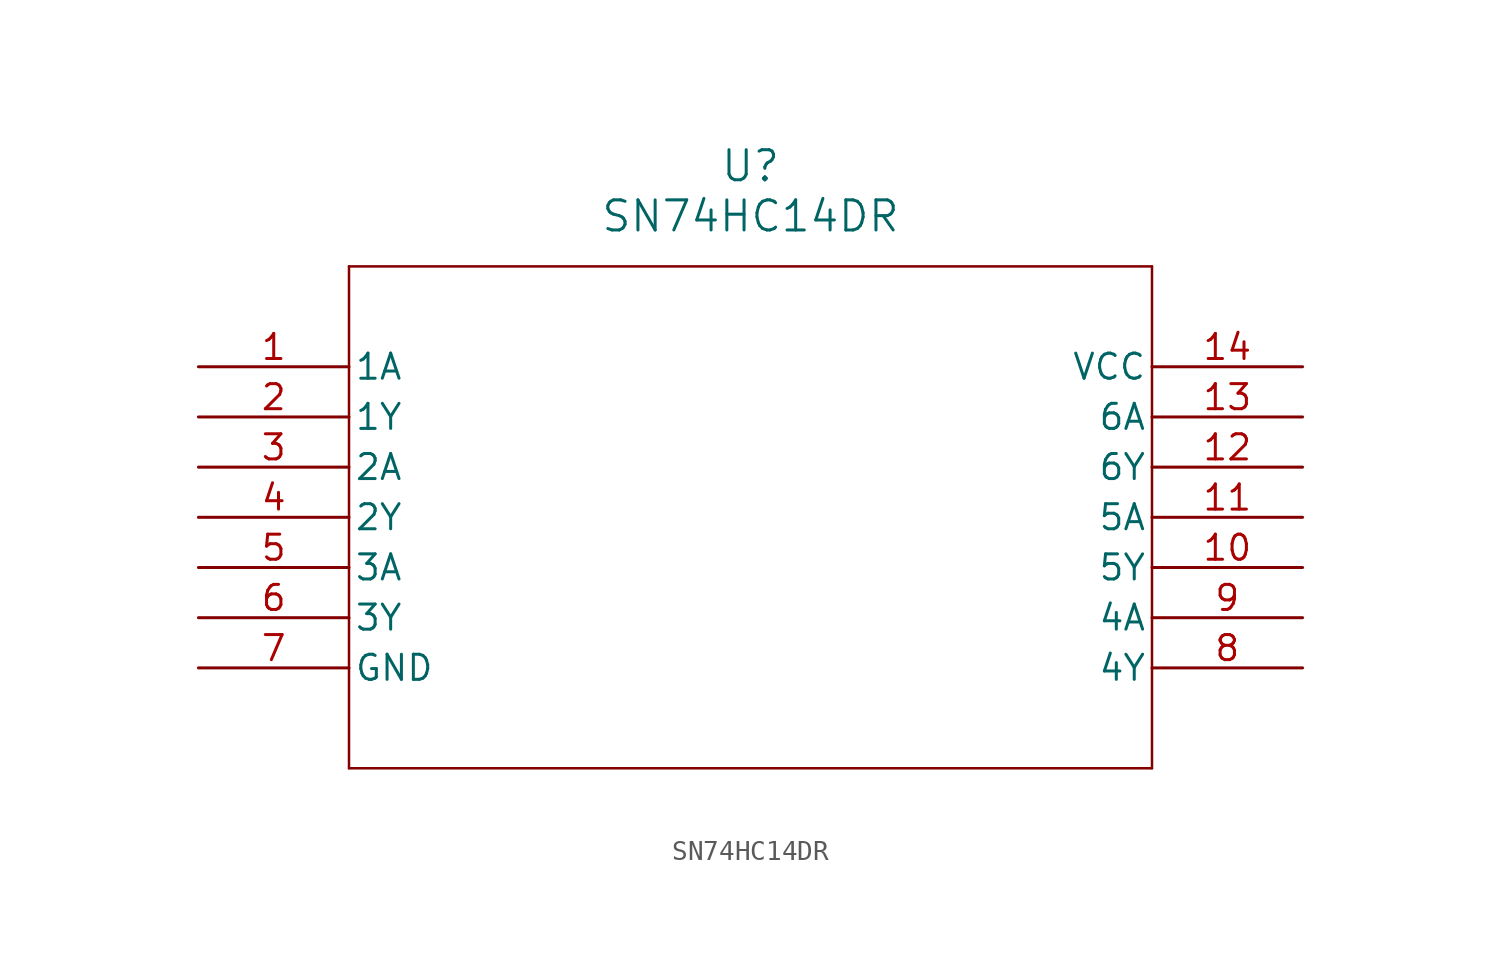
<source format=kicad_sym>
(kicad_symbol_lib
  (version 20211014)
  (generator kicad_symbol_editor)
  (symbol "SN74HC14DR"
    (pin_names
      (offset 0.254))
    (property "Reference" "U"
      (at 27.94 10.16 0)
      (effects (font (size 1.524 1.524))))
    (property "Value" "SN74HC14DR"
      (at 27.94 7.62 0)
      (effects (font (size 1.524 1.524))))
    (symbol "SN74HC14DR_0_1"
      (polyline (pts (xy 7.62 5.08) (xy 7.62 -20.32)) (stroke (width 0.127) (type default) (color 0 0 0 0)) (fill (type none)))
      (polyline (pts (xy 7.62 -20.32) (xy 48.26 -20.32)) (stroke (width 0.127) (type default) (color 0 0 0 0)) (fill (type none)))
      (polyline (pts (xy 48.26 -20.32) (xy 48.26 5.08)) (stroke (width 0.127) (type default) (color 0 0 0 0)) (fill (type none)))
      (polyline (pts (xy 48.26 5.08) (xy 7.62 5.08)) (stroke (width 0.127) (type default) (color 0 0 0 0)) (fill (type none)))
      (pin input line (at 0 0 0) (length 7.62) (name "1A" (effects (font (size 1.27 1.27)))) (number "1" (effects (font (size 1.27 1.27)))))
      (pin output line (at 0 -2.54 0) (length 7.62) (name "1Y" (effects (font (size 1.27 1.27)))) (number "2" (effects (font (size 1.27 1.27)))))
      (pin input line (at 0 -5.08 0) (length 7.62) (name "2A" (effects (font (size 1.27 1.27)))) (number "3" (effects (font (size 1.27 1.27)))))
      (pin output line (at 0 -7.62 0) (length 7.62) (name "2Y" (effects (font (size 1.27 1.27)))) (number "4" (effects (font (size 1.27 1.27)))))
      (pin input line (at 0 -10.16 0) (length 7.62) (name "3A" (effects (font (size 1.27 1.27)))) (number "5" (effects (font (size 1.27 1.27)))))
      (pin output line (at 0 -12.7 0) (length 7.62) (name "3Y" (effects (font (size 1.27 1.27)))) (number "6" (effects (font (size 1.27 1.27)))))
      (pin power_in line (at 0 -15.24 0) (length 7.62) (name "GND" (effects (font (size 1.27 1.27)))) (number "7" (effects (font (size 1.27 1.27)))))
      (pin output line (at 55.88 -15.24 180) (length 7.62) (name "4Y" (effects (font (size 1.27 1.27)))) (number "8" (effects (font (size 1.27 1.27)))))
      (pin input line (at 55.88 -12.7 180) (length 7.62) (name "4A" (effects (font (size 1.27 1.27)))) (number "9" (effects (font (size 1.27 1.27)))))
      (pin output line (at 55.88 -10.16 180) (length 7.62) (name "5Y" (effects (font (size 1.27 1.27)))) (number "10" (effects (font (size 1.27 1.27)))))
      (pin input line (at 55.88 -7.62 180) (length 7.62) (name "5A" (effects (font (size 1.27 1.27)))) (number "11" (effects (font (size 1.27 1.27)))))
      (pin output line (at 55.88 -5.08 180) (length 7.62) (name "6Y" (effects (font (size 1.27 1.27)))) (number "12" (effects (font (size 1.27 1.27)))))
      (pin input line (at 55.88 -2.54 180) (length 7.62) (name "6A" (effects (font (size 1.27 1.27)))) (number "13" (effects (font (size 1.27 1.27)))))
      (pin power_in line (at 55.88 0 180) (length 7.62) (name "VCC" (effects (font (size 1.27 1.27)))) (number "14" (effects (font (size 1.27 1.27))))))))
</source>
